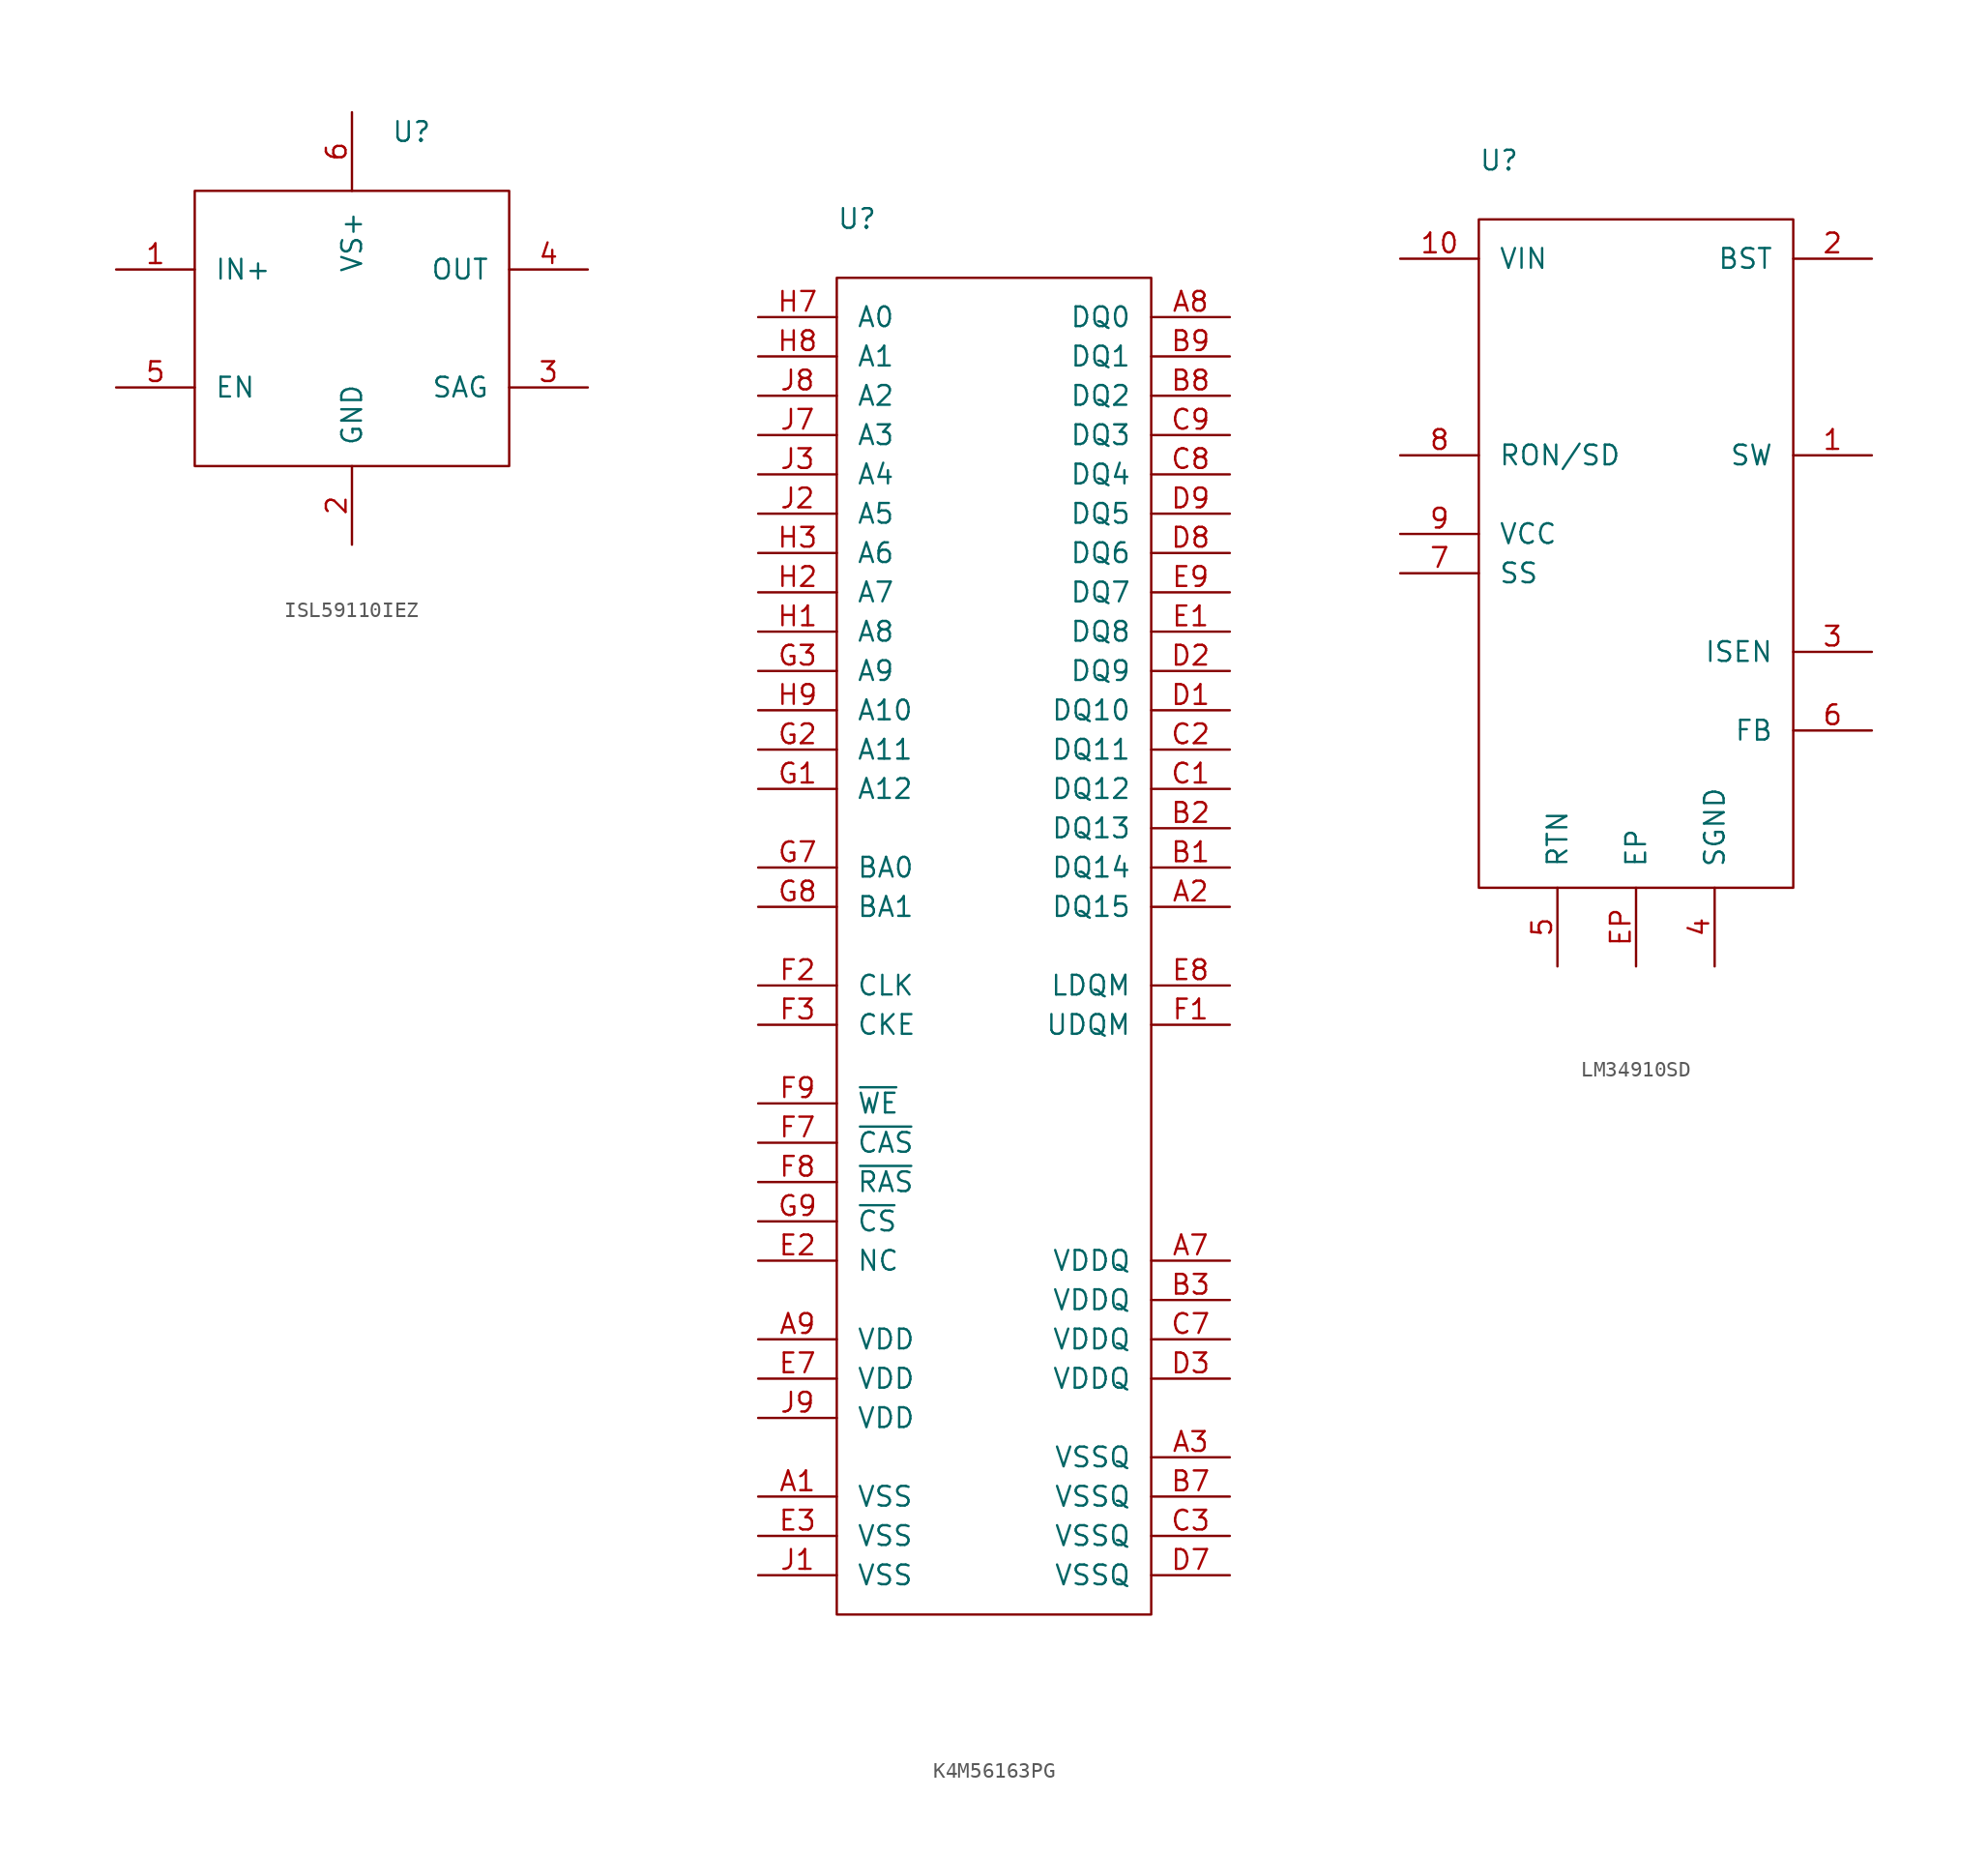
<source format=kicad_sym>
(kicad_symbol_lib
  (version 20231120)
  (generator "kicad_symbol_editor")
  (generator_version "8.0")
  (symbol "ISL59110IEZ"
    (pin_names
      (offset 1.27))
    (property "Reference" "U"
      (at 12.7 3.81 0)
      (effects (font (size 1.27 1.27)) (justify left)))
    (property "Value" "${Manufacturer Part Number}"
      (at 12.7 1.27 0)
      (effects (font (size 1.27 1.27)) (justify left)))
    (property "Manufacturer Part Number" ""
      (at 45.72 -2.54 0)
      (effects (font (size 1.27 1.27)) (justify left) (hide yes)))
    (symbol "ISL59110IEZ_1_1"
      (rectangle (start 0 0) (end 20.32 -17.78) (stroke (width 0) (type default)) (fill (type none)))
      (pin input line (at -5.08 -5.08 0) (length 5.08) (name "IN+" (effects (font (size 1.27 1.27)))) (number "1" (effects (font (size 1.27 1.27)))))
      (pin power_in line (at 10.16 -22.86 90) (length 5.08) (name "GND" (effects (font (size 1.27 1.27)))) (number "2" (effects (font (size 1.27 1.27)))))
      (pin output line (at 25.4 -12.7 180) (length 5.08) (name "SAG" (effects (font (size 1.27 1.27)))) (number "3" (effects (font (size 1.27 1.27)))))
      (pin power_out line (at 25.4 -5.08 180) (length 5.08) (name "OUT" (effects (font (size 1.27 1.27)))) (number "4" (effects (font (size 1.27 1.27)))))
      (pin input line (at -5.08 -12.7 0) (length 5.08) (name "EN" (effects (font (size 1.27 1.27)))) (number "5" (effects (font (size 1.27 1.27)))))
      (pin power_in line (at 10.16 5.08 270) (length 5.08) (name "VS+" (effects (font (size 1.27 1.27)))) (number "6" (effects (font (size 1.27 1.27)))))))
  (symbol "K4M56163PG"
    (pin_names
      (offset 1.27))
    (property "Reference" "U"
      (at 0 3.81 0)
      (effects (font (size 1.27 1.27)) (justify left)))
    (property "Value" "${Manufacturer Part Number}"
      (at 0 1.27 0)
      (effects (font (size 1.27 1.27)) (justify left)))
    (property "Manufacturer Part Number" ""
      (at 45.72 -2.54 0)
      (effects (font (size 1.27 1.27)) (justify left) (hide yes)))
    (symbol "K4M56163PG_1_1"
      (rectangle (start 0 0) (end 20.32 -86.36) (stroke (width 0) (type default)) (fill (type none)))
      (pin power_in line (at -5.08 -78.74 0) (length 5.08) (name "VSS" (effects (font (size 1.27 1.27)))) (number "A1" (effects (font (size 1.27 1.27)))))
      (pin bidirectional line (at 25.4 -40.64 180) (length 5.08) (name "DQ15" (effects (font (size 1.27 1.27)))) (number "A2" (effects (font (size 1.27 1.27)))))
      (pin power_in line (at 25.4 -76.2 180) (length 5.08) (name "VSSQ" (effects (font (size 1.27 1.27)))) (number "A3" (effects (font (size 1.27 1.27)))))
      (pin power_in line (at 25.4 -63.5 180) (length 5.08) (name "VDDQ" (effects (font (size 1.27 1.27)))) (number "A7" (effects (font (size 1.27 1.27)))))
      (pin bidirectional line (at 25.4 -2.54 180) (length 5.08) (name "DQ0" (effects (font (size 1.27 1.27)))) (number "A8" (effects (font (size 1.27 1.27)))))
      (pin power_in line (at -5.08 -68.58 0) (length 5.08) (name "VDD" (effects (font (size 1.27 1.27)))) (number "A9" (effects (font (size 1.27 1.27)))))
      (pin bidirectional line (at 25.4 -38.1 180) (length 5.08) (name "DQ14" (effects (font (size 1.27 1.27)))) (number "B1" (effects (font (size 1.27 1.27)))))
      (pin bidirectional line (at 25.4 -35.56 180) (length 5.08) (name "DQ13" (effects (font (size 1.27 1.27)))) (number "B2" (effects (font (size 1.27 1.27)))))
      (pin power_in line (at 25.4 -66.04 180) (length 5.08) (name "VDDQ" (effects (font (size 1.27 1.27)))) (number "B3" (effects (font (size 1.27 1.27)))))
      (pin power_in line (at 25.4 -78.74 180) (length 5.08) (name "VSSQ" (effects (font (size 1.27 1.27)))) (number "B7" (effects (font (size 1.27 1.27)))))
      (pin bidirectional line (at 25.4 -7.62 180) (length 5.08) (name "DQ2" (effects (font (size 1.27 1.27)))) (number "B8" (effects (font (size 1.27 1.27)))))
      (pin bidirectional line (at 25.4 -5.08 180) (length 5.08) (name "DQ1" (effects (font (size 1.27 1.27)))) (number "B9" (effects (font (size 1.27 1.27)))))
      (pin bidirectional line (at 25.4 -33.02 180) (length 5.08) (name "DQ12" (effects (font (size 1.27 1.27)))) (number "C1" (effects (font (size 1.27 1.27)))))
      (pin bidirectional line (at 25.4 -30.48 180) (length 5.08) (name "DQ11" (effects (font (size 1.27 1.27)))) (number "C2" (effects (font (size 1.27 1.27)))))
      (pin power_in line (at 25.4 -81.28 180) (length 5.08) (name "VSSQ" (effects (font (size 1.27 1.27)))) (number "C3" (effects (font (size 1.27 1.27)))))
      (pin power_in line (at 25.4 -68.58 180) (length 5.08) (name "VDDQ" (effects (font (size 1.27 1.27)))) (number "C7" (effects (font (size 1.27 1.27)))))
      (pin bidirectional line (at 25.4 -12.7 180) (length 5.08) (name "DQ4" (effects (font (size 1.27 1.27)))) (number "C8" (effects (font (size 1.27 1.27)))))
      (pin bidirectional line (at 25.4 -10.16 180) (length 5.08) (name "DQ3" (effects (font (size 1.27 1.27)))) (number "C9" (effects (font (size 1.27 1.27)))))
      (pin bidirectional line (at 25.4 -27.94 180) (length 5.08) (name "DQ10" (effects (font (size 1.27 1.27)))) (number "D1" (effects (font (size 1.27 1.27)))))
      (pin bidirectional line (at 25.4 -25.4 180) (length 5.08) (name "DQ9" (effects (font (size 1.27 1.27)))) (number "D2" (effects (font (size 1.27 1.27)))))
      (pin power_in line (at 25.4 -71.12 180) (length 5.08) (name "VDDQ" (effects (font (size 1.27 1.27)))) (number "D3" (effects (font (size 1.27 1.27)))))
      (pin power_in line (at 25.4 -83.82 180) (length 5.08) (name "VSSQ" (effects (font (size 1.27 1.27)))) (number "D7" (effects (font (size 1.27 1.27)))))
      (pin bidirectional line (at 25.4 -17.78 180) (length 5.08) (name "DQ6" (effects (font (size 1.27 1.27)))) (number "D8" (effects (font (size 1.27 1.27)))))
      (pin bidirectional line (at 25.4 -15.24 180) (length 5.08) (name "DQ5" (effects (font (size 1.27 1.27)))) (number "D9" (effects (font (size 1.27 1.27)))))
      (pin bidirectional line (at 25.4 -22.86 180) (length 5.08) (name "DQ8" (effects (font (size 1.27 1.27)))) (number "E1" (effects (font (size 1.27 1.27)))))
      (pin input line (at -5.08 -63.5 0) (length 5.08) (name "NC" (effects (font (size 1.27 1.27)))) (number "E2" (effects (font (size 1.27 1.27)))))
      (pin power_in line (at -5.08 -81.28 0) (length 5.08) (name "VSS" (effects (font (size 1.27 1.27)))) (number "E3" (effects (font (size 1.27 1.27)))))
      (pin power_in line (at -5.08 -71.12 0) (length 5.08) (name "VDD" (effects (font (size 1.27 1.27)))) (number "E7" (effects (font (size 1.27 1.27)))))
      (pin bidirectional line (at 25.4 -45.72 180) (length 5.08) (name "LDQM" (effects (font (size 1.27 1.27)))) (number "E8" (effects (font (size 1.27 1.27)))))
      (pin bidirectional line (at 25.4 -20.32 180) (length 5.08) (name "DQ7" (effects (font (size 1.27 1.27)))) (number "E9" (effects (font (size 1.27 1.27)))))
      (pin bidirectional line (at 25.4 -48.26 180) (length 5.08) (name "UDQM" (effects (font (size 1.27 1.27)))) (number "F1" (effects (font (size 1.27 1.27)))))
      (pin input line (at -5.08 -45.72 0) (length 5.08) (name "CLK" (effects (font (size 1.27 1.27)))) (number "F2" (effects (font (size 1.27 1.27)))))
      (pin input line (at -5.08 -48.26 0) (length 5.08) (name "CKE" (effects (font (size 1.27 1.27)))) (number "F3" (effects (font (size 1.27 1.27)))))
      (pin input line (at -5.08 -55.88 0) (length 5.08) (name "~{CAS}" (effects (font (size 1.27 1.27)))) (number "F7" (effects (font (size 1.27 1.27)))))
      (pin input line (at -5.08 -58.42 0) (length 5.08) (name "~{RAS}" (effects (font (size 1.27 1.27)))) (number "F8" (effects (font (size 1.27 1.27)))))
      (pin input line (at -5.08 -53.34 0) (length 5.08) (name "~{WE}" (effects (font (size 1.27 1.27)))) (number "F9" (effects (font (size 1.27 1.27)))))
      (pin input line (at -5.08 -33.02 0) (length 5.08) (name "A12" (effects (font (size 1.27 1.27)))) (number "G1" (effects (font (size 1.27 1.27)))))
      (pin input line (at -5.08 -30.48 0) (length 5.08) (name "A11" (effects (font (size 1.27 1.27)))) (number "G2" (effects (font (size 1.27 1.27)))))
      (pin input line (at -5.08 -25.4 0) (length 5.08) (name "A9" (effects (font (size 1.27 1.27)))) (number "G3" (effects (font (size 1.27 1.27)))))
      (pin input line (at -5.08 -38.1 0) (length 5.08) (name "BA0" (effects (font (size 1.27 1.27)))) (number "G7" (effects (font (size 1.27 1.27)))))
      (pin input line (at -5.08 -40.64 0) (length 5.08) (name "BA1" (effects (font (size 1.27 1.27)))) (number "G8" (effects (font (size 1.27 1.27)))))
      (pin input line (at -5.08 -60.96 0) (length 5.08) (name "~{CS}" (effects (font (size 1.27 1.27)))) (number "G9" (effects (font (size 1.27 1.27)))))
      (pin input line (at -5.08 -22.86 0) (length 5.08) (name "A8" (effects (font (size 1.27 1.27)))) (number "H1" (effects (font (size 1.27 1.27)))))
      (pin input line (at -5.08 -20.32 0) (length 5.08) (name "A7" (effects (font (size 1.27 1.27)))) (number "H2" (effects (font (size 1.27 1.27)))))
      (pin input line (at -5.08 -17.78 0) (length 5.08) (name "A6" (effects (font (size 1.27 1.27)))) (number "H3" (effects (font (size 1.27 1.27)))))
      (pin input line (at -5.08 -2.54 0) (length 5.08) (name "A0" (effects (font (size 1.27 1.27)))) (number "H7" (effects (font (size 1.27 1.27)))))
      (pin input line (at -5.08 -5.08 0) (length 5.08) (name "A1" (effects (font (size 1.27 1.27)))) (number "H8" (effects (font (size 1.27 1.27)))))
      (pin input line (at -5.08 -27.94 0) (length 5.08) (name "A10" (effects (font (size 1.27 1.27)))) (number "H9" (effects (font (size 1.27 1.27)))))
      (pin power_in line (at -5.08 -83.82 0) (length 5.08) (name "VSS" (effects (font (size 1.27 1.27)))) (number "J1" (effects (font (size 1.27 1.27)))))
      (pin input line (at -5.08 -15.24 0) (length 5.08) (name "A5" (effects (font (size 1.27 1.27)))) (number "J2" (effects (font (size 1.27 1.27)))))
      (pin input line (at -5.08 -12.7 0) (length 5.08) (name "A4" (effects (font (size 1.27 1.27)))) (number "J3" (effects (font (size 1.27 1.27)))))
      (pin input line (at -5.08 -10.16 0) (length 5.08) (name "A3" (effects (font (size 1.27 1.27)))) (number "J7" (effects (font (size 1.27 1.27)))))
      (pin input line (at -5.08 -7.62 0) (length 5.08) (name "A2" (effects (font (size 1.27 1.27)))) (number "J8" (effects (font (size 1.27 1.27)))))
      (pin power_in line (at -5.08 -73.66 0) (length 5.08) (name "VDD" (effects (font (size 1.27 1.27)))) (number "J9" (effects (font (size 1.27 1.27)))))))
  (symbol "LM34910SD"
    (pin_names
      (offset 1.27))
    (property "Reference" "U"
      (at 0 3.81 0)
      (effects (font (size 1.27 1.27)) (justify left)))
    (property "Value" "${Manufacturer Part Number}"
      (at 0 1.27 0)
      (effects (font (size 1.27 1.27)) (justify left)))
    (property "Manufacturer Part Number" ""
      (at 45.72 -2.54 0)
      (effects (font (size 1.27 1.27)) (justify left) (hide yes)))
    (symbol "LM34910SD_1_1"
      (rectangle (start 0 0) (end 20.32 -43.18) (stroke (width 0) (type default)) (fill (type none)))
      (pin passive line (at 25.4 -15.24 180) (length 5.08) (name "SW" (effects (font (size 1.27 1.27)))) (number "1" (effects (font (size 1.27 1.27)))))
      (pin power_in line (at -5.08 -2.54 0) (length 5.08) (name "VIN" (effects (font (size 1.27 1.27)))) (number "10" (effects (font (size 1.27 1.27)))))
      (pin passive line (at 25.4 -2.54 180) (length 5.08) (name "BST" (effects (font (size 1.27 1.27)))) (number "2" (effects (font (size 1.27 1.27)))))
      (pin passive line (at 25.4 -27.94 180) (length 5.08) (name "ISEN" (effects (font (size 1.27 1.27)))) (number "3" (effects (font (size 1.27 1.27)))))
      (pin power_in line (at 15.24 -48.26 90) (length 5.08) (name "SGND" (effects (font (size 1.27 1.27)))) (number "4" (effects (font (size 1.27 1.27)))))
      (pin power_in line (at 5.08 -48.26 90) (length 5.08) (name "RTN" (effects (font (size 1.27 1.27)))) (number "5" (effects (font (size 1.27 1.27)))))
      (pin input line (at 25.4 -33.02 180) (length 5.08) (name "FB" (effects (font (size 1.27 1.27)))) (number "6" (effects (font (size 1.27 1.27)))))
      (pin passive line (at -5.08 -22.86 0) (length 5.08) (name "SS" (effects (font (size 1.27 1.27)))) (number "7" (effects (font (size 1.27 1.27)))))
      (pin input line (at -5.08 -15.24 0) (length 5.08) (name "RON/SD" (effects (font (size 1.27 1.27)))) (number "8" (effects (font (size 1.27 1.27)))))
      (pin power_out line (at -5.08 -20.32 0) (length 5.08) (name "VCC" (effects (font (size 1.27 1.27)))) (number "9" (effects (font (size 1.27 1.27)))))
      (pin power_in line (at 10.16 -48.26 90) (length 5.08) (name "EP" (effects (font (size 1.27 1.27)))) (number "EP" (effects (font (size 1.27 1.27))))))))
</source>
